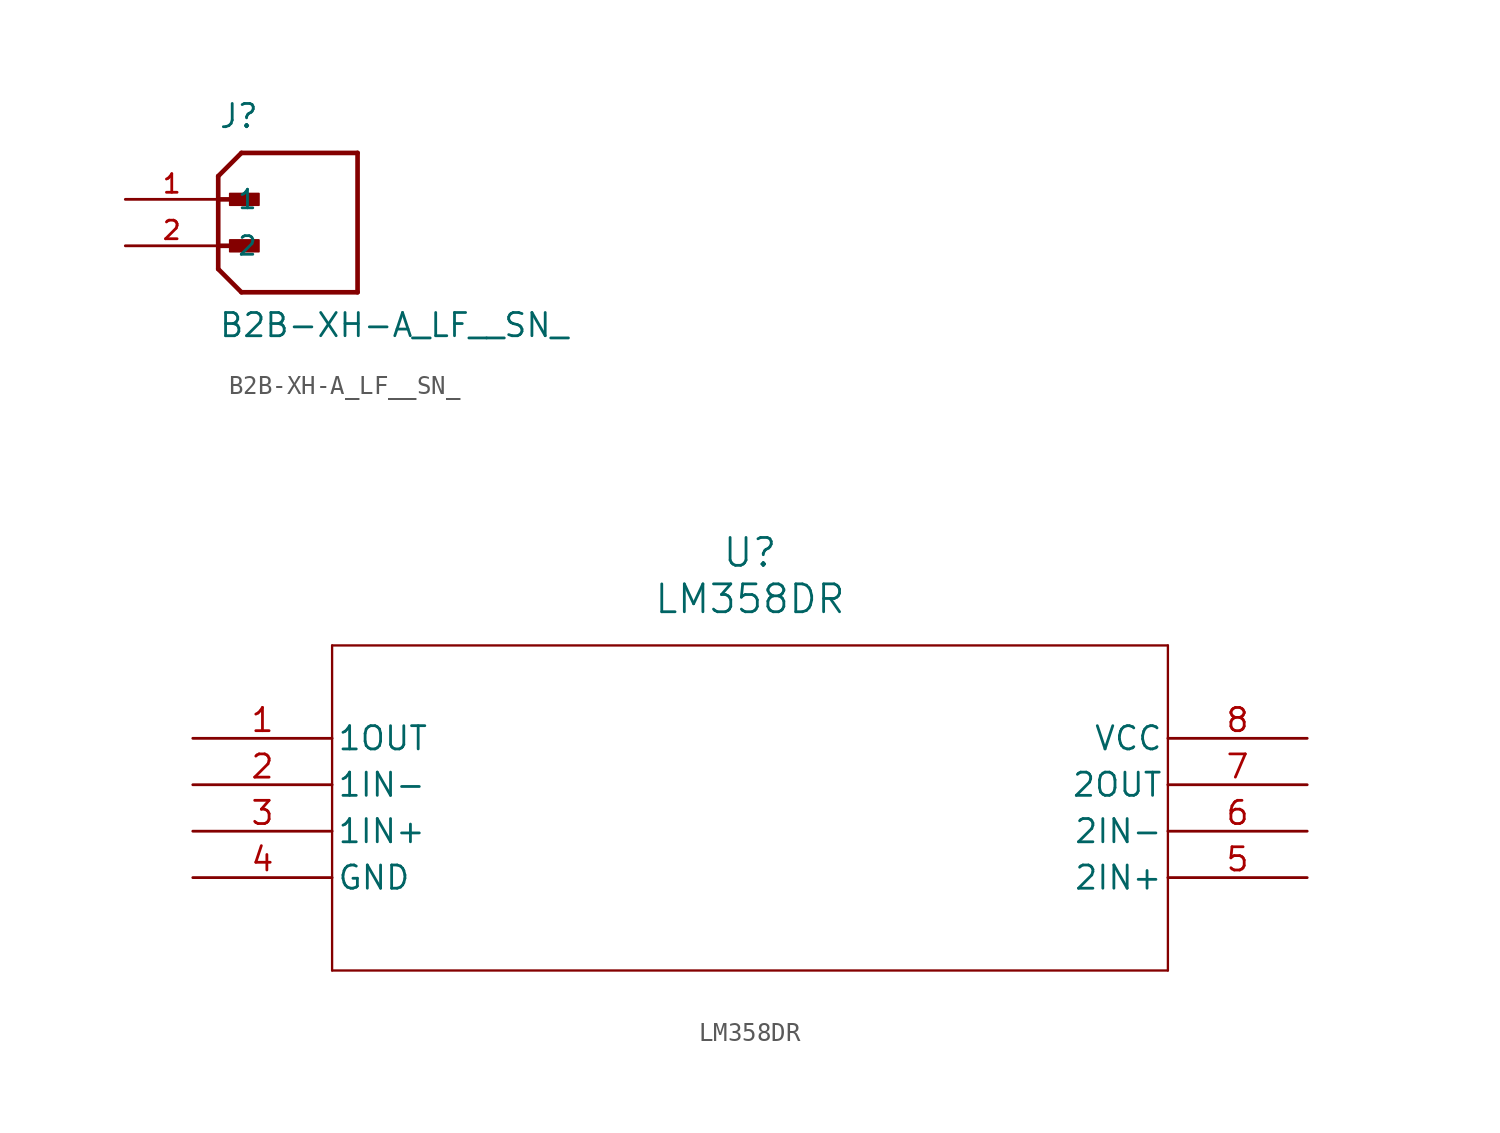
<source format=kicad_sym>
(kicad_symbol_lib
  (version 20220914)
  (generator kicad_symbol_editor)
  (symbol "B2B-XH-A_LF__SN_"
    (pin_names
      (offset 1.016))
    (property "Reference" "J"
      (at 0 6.35 0)
      (effects (font (size 1.27 1.27)) (justify left bottom)))
    (property "Value" "B2B-XH-A_LF__SN_"
      (at 0 -5.08 0)
      (effects (font (size 1.27 1.27)) (justify left bottom)))
    (symbol "B2B-XH-A_LF__SN__0_0"
      (polyline (pts (xy 0 -1.27) (xy 1.27 -2.54)) (stroke (width 0.254) (type default)) (fill (type none)))
      (polyline (pts (xy 0 0) (xy 1.905 0)) (stroke (width 0.254) (type default)) (fill (type none)))
      (polyline (pts (xy 0 2.54) (xy 0 -1.27)) (stroke (width 0.254) (type default)) (fill (type none)))
      (polyline (pts (xy 0 2.54) (xy 1.905 2.54)) (stroke (width 0.254) (type default)) (fill (type none)))
      (polyline (pts (xy 0 3.81) (xy 0 2.54)) (stroke (width 0.254) (type default)) (fill (type none)))
      (polyline (pts (xy 0 3.81) (xy 1.27 5.08)) (stroke (width 0.254) (type default)) (fill (type none)))
      (polyline (pts (xy 1.27 -2.54) (xy 7.62 -2.54)) (stroke (width 0.254) (type default)) (fill (type none)))
      (polyline (pts (xy 7.62 -2.54) (xy 7.62 5.08)) (stroke (width 0.254) (type default)) (fill (type none)))
      (polyline (pts (xy 7.62 5.08) (xy 1.27 5.08)) (stroke (width 0.254) (type default)) (fill (type none)))
      (rectangle (start 0.635 -0.318) (end 2.223 0.318) (stroke (width 0.1) (type default)) (fill (type outline)))
      (rectangle (start 0.635 2.223) (end 2.223 2.857) (stroke (width 0.1) (type default)) (fill (type outline)))
      (pin passive line (at -5.08 2.54 0) (length 5.08) (name "1" (effects (font (size 1.016 1.016)))) (number "1" (effects (font (size 1.016 1.016)))))
      (pin passive line (at -5.08 0 0) (length 5.08) (name "2" (effects (font (size 1.016 1.016)))) (number "2" (effects (font (size 1.016 1.016)))))))
  (symbol "LM358DR"
    (pin_names
      (offset 0.254))
    (property "Reference" "U"
      (at 30.48 10.16 0)
      (effects (font (size 1.524 1.524))))
    (property "Value" "LM358DR"
      (at 30.48 7.62 0)
      (effects (font (size 1.524 1.524))))
    (symbol "LM358DR_0_1"
      (polyline (pts (xy 7.62 -12.7) (xy 53.34 -12.7)) (stroke (width 0.127) (type default)) (fill (type none)))
      (polyline (pts (xy 7.62 5.08) (xy 7.62 -12.7)) (stroke (width 0.127) (type default)) (fill (type none)))
      (polyline (pts (xy 53.34 -12.7) (xy 53.34 5.08)) (stroke (width 0.127) (type default)) (fill (type none)))
      (polyline (pts (xy 53.34 5.08) (xy 7.62 5.08)) (stroke (width 0.127) (type default)) (fill (type none)))
      (pin output line (at 0 0 0) (length 7.62) (name "1OUT" (effects (font (size 1.27 1.27)))) (number "1" (effects (font (size 1.27 1.27)))))
      (pin input line (at 0 -2.54 0) (length 7.62) (name "1IN-" (effects (font (size 1.27 1.27)))) (number "2" (effects (font (size 1.27 1.27)))))
      (pin input line (at 0 -5.08 0) (length 7.62) (name "1IN+" (effects (font (size 1.27 1.27)))) (number "3" (effects (font (size 1.27 1.27)))))
      (pin power_in line (at 0 -7.62 0) (length 7.62) (name "GND" (effects (font (size 1.27 1.27)))) (number "4" (effects (font (size 1.27 1.27)))))
      (pin input line (at 60.96 -7.62 180) (length 7.62) (name "2IN+" (effects (font (size 1.27 1.27)))) (number "5" (effects (font (size 1.27 1.27)))))
      (pin input line (at 60.96 -5.08 180) (length 7.62) (name "2IN-" (effects (font (size 1.27 1.27)))) (number "6" (effects (font (size 1.27 1.27)))))
      (pin output line (at 60.96 -2.54 180) (length 7.62) (name "2OUT" (effects (font (size 1.27 1.27)))) (number "7" (effects (font (size 1.27 1.27)))))
      (pin power_in line (at 60.96 0 180) (length 7.62) (name "VCC" (effects (font (size 1.27 1.27)))) (number "8" (effects (font (size 1.27 1.27))))))))
</source>
